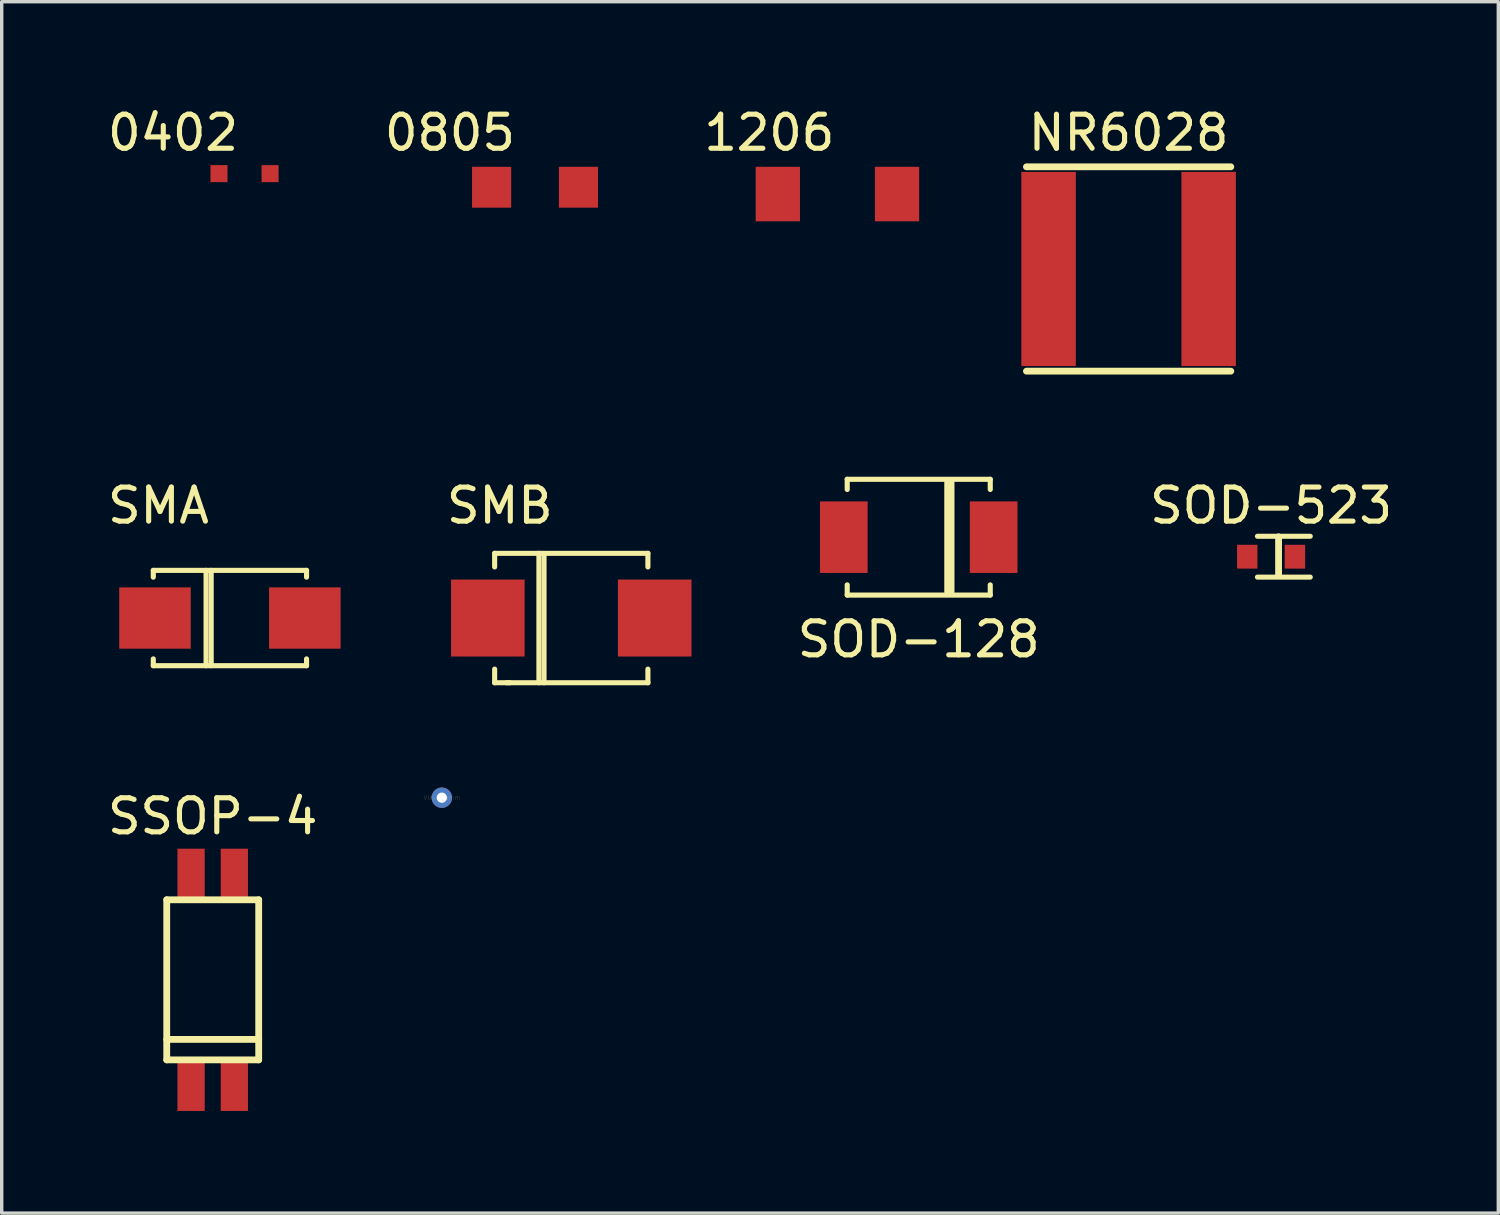
<source format=kicad_pcb>
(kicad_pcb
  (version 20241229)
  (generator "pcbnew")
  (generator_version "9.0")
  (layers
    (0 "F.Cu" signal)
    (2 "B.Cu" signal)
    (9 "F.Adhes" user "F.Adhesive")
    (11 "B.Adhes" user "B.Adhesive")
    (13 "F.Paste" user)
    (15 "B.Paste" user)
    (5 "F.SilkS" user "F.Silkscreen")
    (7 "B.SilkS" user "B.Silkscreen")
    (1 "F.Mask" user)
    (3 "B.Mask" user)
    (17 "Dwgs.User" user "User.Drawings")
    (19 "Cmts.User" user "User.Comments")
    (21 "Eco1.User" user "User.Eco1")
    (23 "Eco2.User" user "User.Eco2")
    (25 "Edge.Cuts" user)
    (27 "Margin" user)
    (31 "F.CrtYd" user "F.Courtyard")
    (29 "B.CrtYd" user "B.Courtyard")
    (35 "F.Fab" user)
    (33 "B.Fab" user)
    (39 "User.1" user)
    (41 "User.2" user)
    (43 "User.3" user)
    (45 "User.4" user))
  (footprint "SOD-523"
    (layer "F.Cu")
    (at 34.272 13.296)
    (property "Reference" "SOD-523" (at 0 -1.5 0) (layer "F.SilkS") (effects (font (size 1 1) (thickness 0.15))))
    (attr through_hole)
    (fp_line (start -0.4 -0.6) (end 1.15 -0.6) (stroke (width 0.15) (type solid)) (layer "F.SilkS"))
    (fp_line (start -0.4 0.6) (end 1.15 0.6) (stroke (width 0.15) (type solid)) (layer "F.SilkS"))
    (fp_line (start 0.22 -0.584) (end 0.22 0.516) (stroke (width 0.2) (type solid)) (layer "F.SilkS"))
    (pad "1" smd rect (at -0.7 0) (size 0.6 0.7) (layers "F.Cu" "F.Mask" "F.Paste"))
    (pad "2" smd rect (at 0.7 0) (size 0.6 0.7) (layers "F.Cu" "F.Mask" "F.Paste")))
  (footprint "VIA-0.6mm"
    (layer "F.Cu")
    (at 9.923 20.372)
    (property "Reference" "VIA-0.6mm" (at 0 0 0) (layer "F.SilkS") (effects (font (size 0.127 0.127) (thickness 0.003))))
    (attr through_hole)
    (pad "1" thru_hole circle (at 0 0) (size 0.6 0.6) (drill 0.3) (layers "*.Cu")))
  (footprint "1206"
    (layer "F.Cu")
    (at 21.539 2.648)
    (property "Reference" "1206" (at -2 -1.8 0) (layer "F.SilkS") (effects (font (size 1 1) (thickness 0.15))))
    (attr through_hole)
    (pad "1" smd rect (at -1.75 0) (size 1.3 1.6) (layers "F.Cu" "F.Mask" "F.Paste"))
    (pad "2" smd rect (at 1.75 0) (size 1.3 1.6) (layers "F.Cu" "F.Mask" "F.Paste")))
  (footprint "SOD-128"
    (layer "F.Cu")
    (at 23.926 12.723)
    (property "Reference" "SOD-128" (at 0 3 0) (layer "F.SilkS") (effects (font (size 1 1) (thickness 0.15))))
    (attr through_hole)
    (fp_line (start -2.1 -1.7) (end 2.1 -1.7) (stroke (width 0.15) (type solid)) (layer "F.SilkS"))
    (fp_line (start -2.1 -1.4) (end -2.1 -1.7) (stroke (width 0.15) (type solid)) (layer "F.SilkS"))
    (fp_line (start -2.1 1.4) (end -2.1 1.7) (stroke (width 0.15) (type solid)) (layer "F.SilkS"))
    (fp_line (start -2.1 1.7) (end 2.1 1.7) (stroke (width 0.15) (type solid)) (layer "F.SilkS"))
    (fp_line (start 0.9 -1.6) (end 0.9 1.6) (stroke (width 0.3) (type solid)) (layer "F.SilkS"))
    (fp_line (start 2.1 -1.7) (end 2.1 -1.4) (stroke (width 0.15) (type solid)) (layer "F.SilkS"))
    (fp_line (start 2.1 1.7) (end 2.1 1.4) (stroke (width 0.15) (type solid)) (layer "F.SilkS"))
    (pad "A" smd rect (at -2.2 0) (size 1.4 2.1) (layers "F.Cu" "F.Mask" "F.Paste"))
    (pad "K" smd rect (at 2.2 0) (size 1.4 2.1) (layers "F.Cu" "F.Mask" "F.Paste")))
  (footprint "0402"
    (layer "F.Cu")
    (at 4.13 2.048)
    (property "Reference" "0402" (at -2.1 -1.2 0) (layer "F.SilkS") (effects (font (size 1 1) (thickness 0.15))))
    (attr through_hole)
    (pad "1" smd rect (at -0.75 0) (size 0.5 0.5) (layers "F.Cu" "F.Mask" "F.Paste"))
    (pad "2" smd rect (at 0.75 0) (size 0.5 0.5) (layers "F.Cu" "F.Mask" "F.Paste")))
  (footprint "SMA"
    (layer "F.Cu")
    (at 3.701 15.097)
    (property "Reference" "SMA" (at -2.1 -3.3 0) (layer "F.SilkS") (effects (font (size 1 1) (thickness 0.15))))
    (attr through_hole)
    (fp_line (start -2.25 -1.4) (end -2.25 -1.2) (stroke (width 0.15) (type solid)) (layer "F.SilkS"))
    (fp_line (start -2.25 1.2) (end -2.25 1.4) (stroke (width 0.15) (type solid)) (layer "F.SilkS"))
    (fp_line (start -2.25 1.4) (end 2.25 1.4) (stroke (width 0.15) (type solid)) (layer "F.SilkS"))
    (fp_line (start -0.7 1.4) (end -0.7 -1.4) (stroke (width 0.15) (type solid)) (layer "F.SilkS"))
    (fp_line (start -0.55 -1.4) (end -0.55 1.4) (stroke (width 0.15) (type solid)) (layer "F.SilkS"))
    (fp_line (start 2.25 -1.4) (end -2.25 -1.4) (stroke (width 0.15) (type solid)) (layer "F.SilkS"))
    (fp_line (start 2.25 -1.4) (end 2.25 -1.2) (stroke (width 0.15) (type solid)) (layer "F.SilkS"))
    (fp_line (start 2.25 1.4) (end 2.25 1.2) (stroke (width 0.15) (type solid)) (layer "F.SilkS"))
    (pad "1" smd rect (at 2.2 0) (size 2.1 1.8) (layers "F.Cu" "F.Mask" "F.Paste"))
    (pad "2" smd rect (at -2.2 0) (size 2.1 1.8) (layers "F.Cu" "F.Mask" "F.Paste")))
  (footprint "SMB"
    (layer "F.Cu")
    (at 13.724 15.097)
    (property "Reference" "SMB" (at -2.1 -3.3 0) (layer "F.SilkS") (effects (font (size 1 1) (thickness 0.15))))
    (attr through_hole)
    (fp_line (start -2.25 -1.9) (end -2.25 -1.5) (stroke (width 0.15) (type solid)) (layer "F.SilkS"))
    (fp_line (start -2.25 1.5) (end -2.25 1.9) (stroke (width 0.15) (type solid)) (layer "F.SilkS"))
    (fp_line (start -2.25 1.9) (end 2.25 1.9) (stroke (width 0.15) (type solid)) (layer "F.SilkS"))
    (fp_line (start -1.9 1.9) (end -1.8 1.9) (stroke (width 0.15) (type solid)) (layer "F.SilkS"))
    (fp_line (start -0.95 -1.9) (end -0.95 1.9) (stroke (width 0.15) (type solid)) (layer "F.SilkS"))
    (fp_line (start -0.8 1.9) (end -0.8 -1.85) (stroke (width 0.15) (type solid)) (layer "F.SilkS"))
    (fp_line (start 2.25 -1.9) (end -2.25 -1.9) (stroke (width 0.15) (type solid)) (layer "F.SilkS"))
    (fp_line (start 2.25 -1.9) (end 2.25 -1.5) (stroke (width 0.15) (type solid)) (layer "F.SilkS"))
    (fp_line (start 2.25 1.9) (end 2.25 1.5) (stroke (width 0.15) (type solid)) (layer "F.SilkS"))
    (pad "1" smd rect (at 2.45 0) (size 2.16 2.26) (layers "F.Cu" "F.Mask" "F.Paste"))
    (pad "2" smd rect (at -2.45 0) (size 2.16 2.26) (layers "F.Cu" "F.Mask" "F.Paste")))
  (footprint "NR6028"
    (layer "F.Cu")
    (at 30.089 4.848)
    (property "Reference" "NR6028" (at 0 -4 0) (layer "F.SilkS") (effects (font (size 1 1) (thickness 0.15))))
    (attr through_hole)
    (fp_line (start -3 -3) (end 3 -3) (stroke (width 0.2) (type solid)) (layer "F.SilkS"))
    (fp_line (start -3 3) (end 3 3) (stroke (width 0.2) (type solid)) (layer "F.SilkS"))
    (pad "1" smd rect (at -2.35 0) (size 1.6 5.7) (layers "F.Cu" "F.Mask" "F.Paste"))
    (pad "2" smd rect (at 2.35 0) (size 1.6 5.7) (layers "F.Cu" "F.Mask" "F.Paste")))
  (footprint "0805"
    (layer "F.Cu")
    (at 12.66 2.448)
    (property "Reference" "0805" (at -2.5 -1.6 0) (layer "F.SilkS") (effects (font (size 1 1) (thickness 0.15))))
    (attr through_hole)
    (pad "1" smd rect (at -1.275 0) (size 1.15 1.2) (layers "F.Cu" "F.Mask" "F.Paste"))
    (pad "2" smd rect (at 1.275 0) (size 1.15 1.2) (layers "F.Cu" "F.Mask" "F.Paste")))
  (footprint "SSOP-4"
    (layer "F.Cu")
    (at 3.196 25.72)
    (property "Reference" "SSOP-4" (at 0 -4.8 0) (layer "F.SilkS") (effects (font (size 1 1) (thickness 0.15))))
    (attr through_hole)
    (fp_line (start -1.35 -2.35) (end -1.35 2.35) (stroke (width 0.2) (type solid)) (layer "F.SilkS"))
    (fp_line (start -1.35 1.75) (end 1.35 1.75) (stroke (width 0.2) (type solid)) (layer "F.SilkS"))
    (fp_line (start -1.35 2.35) (end 1.35 2.35) (stroke (width 0.2) (type solid)) (layer "F.SilkS"))
    (fp_line (start 1.35 -2.35) (end -1.35 -2.35) (stroke (width 0.2) (type solid)) (layer "F.SilkS"))
    (fp_line (start 1.35 2.35) (end 1.35 -2.35) (stroke (width 0.2) (type solid)) (layer "F.SilkS"))
    (pad "1" smd rect (at -0.635 3.125) (size 0.8 1.45) (layers "F.Cu" "F.Mask" "F.Paste"))
    (pad "2" smd rect (at 0.635 3.125) (size 0.8 1.45) (layers "F.Cu" "F.Mask" "F.Paste"))
    (pad "3" smd rect (at 0.635 -3.125) (size 0.8 1.45) (layers "F.Cu" "F.Mask" "F.Paste"))
    (pad "4" smd rect (at -0.635 -3.125) (size 0.8 1.45) (layers "F.Cu" "F.Mask" "F.Paste")))
  (gr_rect
    (start -3 -3)
    (end 40.944 32.57)
    (stroke (width 0.1) (type default))
    (fill no)
    (layer "Edge.Cuts")))
</source>
